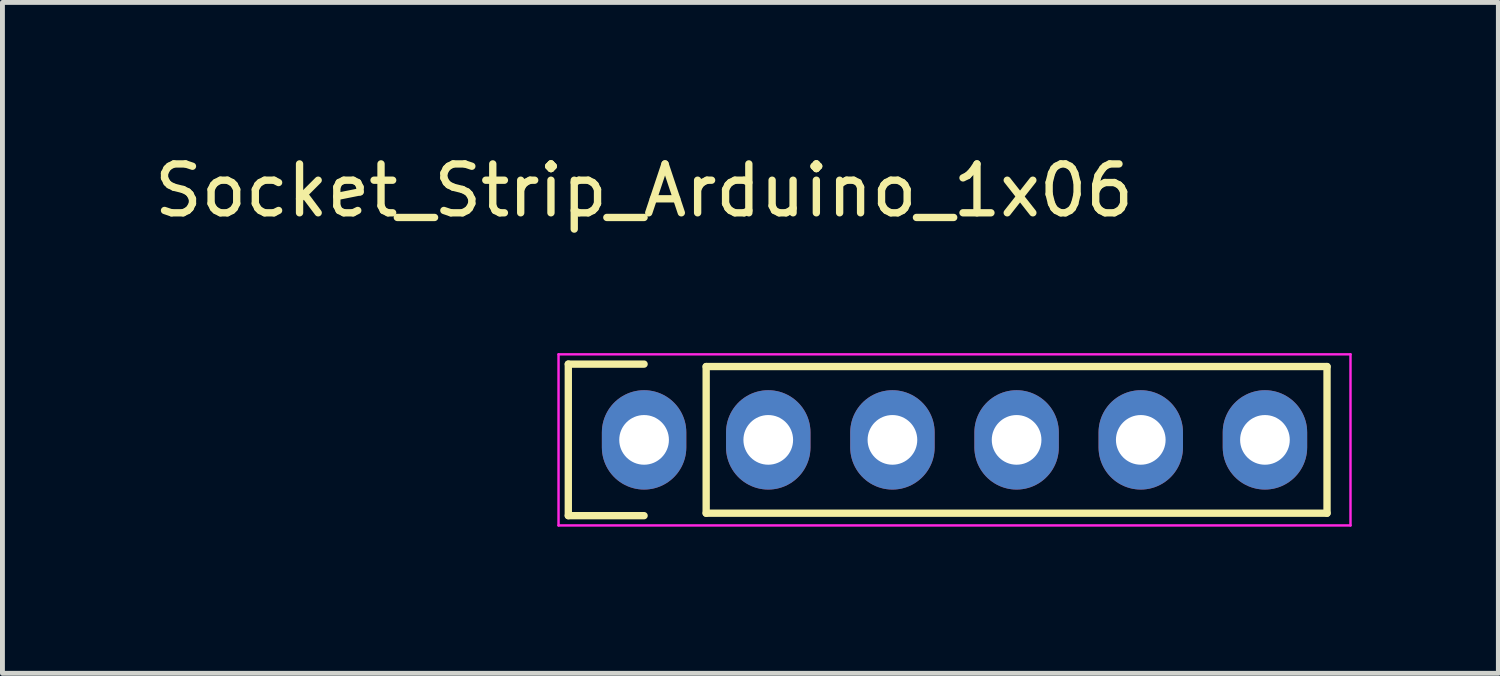
<source format=kicad_pcb>
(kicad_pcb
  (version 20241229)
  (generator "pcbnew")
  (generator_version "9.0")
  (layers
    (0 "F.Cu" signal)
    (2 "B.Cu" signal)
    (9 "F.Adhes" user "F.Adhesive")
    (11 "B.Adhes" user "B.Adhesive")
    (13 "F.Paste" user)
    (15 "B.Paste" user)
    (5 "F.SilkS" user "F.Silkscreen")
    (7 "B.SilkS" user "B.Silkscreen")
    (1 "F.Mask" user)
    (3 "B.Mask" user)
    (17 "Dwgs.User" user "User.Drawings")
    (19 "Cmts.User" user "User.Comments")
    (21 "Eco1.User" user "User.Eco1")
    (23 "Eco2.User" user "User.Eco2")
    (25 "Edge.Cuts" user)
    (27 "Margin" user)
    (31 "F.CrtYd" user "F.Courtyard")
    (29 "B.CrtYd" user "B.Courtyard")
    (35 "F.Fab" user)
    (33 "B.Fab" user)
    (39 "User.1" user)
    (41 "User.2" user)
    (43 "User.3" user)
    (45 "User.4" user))
  (footprint "Socket_Strip_Arduino_1x06"
    (layer "F.Cu")
    (at 10.125 5.948)
    (property "Reference" "Socket_Strip_Arduino_1x06" (at 0 -5.1 0) (layer "F.SilkS") (effects (font (size 1 1) (thickness 0.15))))
    (attr through_hole)
    (fp_line (start -1.55 -1.55) (end -1.55 1.55) (stroke (width 0.15) (type solid)) (layer "F.SilkS"))
    (fp_line (start -1.55 1.55) (end 0 1.55) (stroke (width 0.15) (type solid)) (layer "F.SilkS"))
    (fp_line (start 0 -1.55) (end -1.55 -1.55) (stroke (width 0.15) (type solid)) (layer "F.SilkS"))
    (fp_line (start 1.27 1.5) (end 1.27 -1.5) (stroke (width 0.15) (type solid)) (layer "F.SilkS"))
    (fp_line (start 1.27 1.5) (end 13.97 1.5) (stroke (width 0.15) (type solid)) (layer "F.SilkS"))
    (fp_line (start 13.97 -1.5) (end 1.27 -1.5) (stroke (width 0.15) (type solid)) (layer "F.SilkS"))
    (fp_line (start 13.97 1.5) (end 13.97 -1.5) (stroke (width 0.15) (type solid)) (layer "F.SilkS"))
    (fp_line (start -1.75 -1.75) (end -1.75 1.75) (stroke (width 0.05) (type solid)) (layer "F.CrtYd"))
    (fp_line (start -1.75 -1.75) (end 14.45 -1.75) (stroke (width 0.05) (type solid)) (layer "F.CrtYd"))
    (fp_line (start -1.75 1.75) (end 14.45 1.75) (stroke (width 0.05) (type solid)) (layer "F.CrtYd"))
    (fp_line (start 14.45 -1.75) (end 14.45 1.75) (stroke (width 0.05) (type solid)) (layer "F.CrtYd"))
    (pad "1" thru_hole oval (at 0 0) (size 1.727 2.032) (drill 1.016) (layers "*.Cu" "*.Mask"))
    (pad "2" thru_hole oval (at 2.54 0) (size 1.727 2.032) (drill 1.016) (layers "*.Cu" "*.Mask"))
    (pad "3" thru_hole oval (at 5.08 0) (size 1.727 2.032) (drill 1.016) (layers "*.Cu" "*.Mask"))
    (pad "4" thru_hole oval (at 7.62 0) (size 1.727 2.032) (drill 1.016) (layers "*.Cu" "*.Mask"))
    (pad "5" thru_hole oval (at 10.16 0) (size 1.727 2.032) (drill 1.016) (layers "*.Cu" "*.Mask"))
    (pad "6" thru_hole oval (at 12.7 0) (size 1.727 2.032) (drill 1.016) (layers "*.Cu" "*.Mask")))
  (gr_rect
    (start -3 -3)
    (end 27.6 10.723)
    (stroke (width 0.1) (type default))
    (fill no)
    (layer "Edge.Cuts")))
</source>
